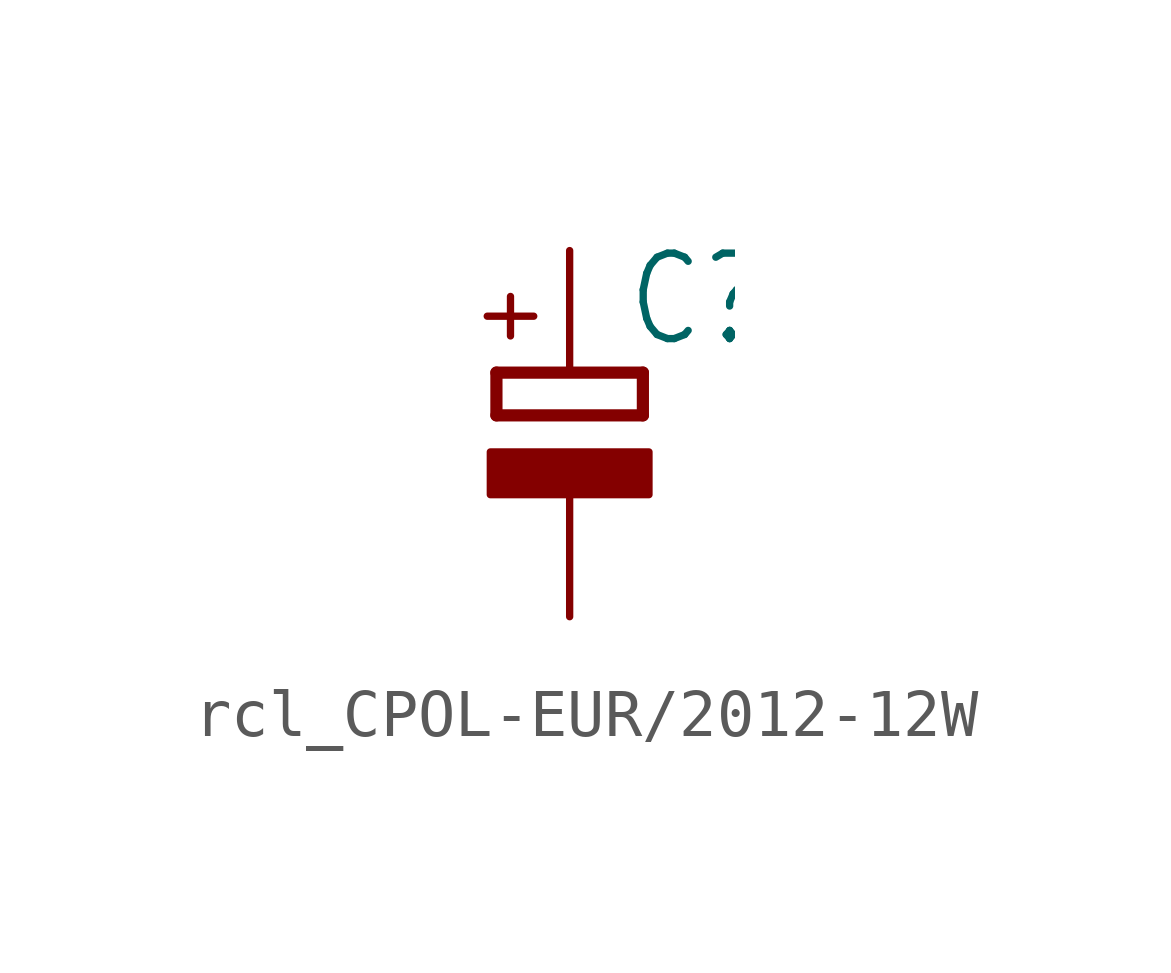
<source format=kicad_sym>
(kicad_symbol_lib
  (version 20241209)
  (generator "kicad_symbol_editor")
  (generator_version "9.0")
  (symbol "rcl_CPOL-EUR/2012-12W"
    (property "Reference" "C"
      (at 1.143 0.483 0)
      (effects (font (size 1.778 1.511)) (justify left bottom)))
    (property "Value" ""
      (at 1.143 -4.597 0)
      (effects (font (size 1.778 1.511)) (justify left bottom)))
    (property "ki_locked" ""
      (at 0 0 0)
      (effects (font (size 1.27 1.27))))
    (symbol "rcl_CPOL-EUR/2012-12W_1_0"
      (rectangle (start -1.651 -2.54) (end 1.651 -1.651) (stroke (width 0) (type default)) (fill (type outline)))
      (polyline (pts (xy -1.524 0) (xy -1.524 -0.889)) (stroke (width 0.254) (type solid)) (fill (type none)))
      (polyline (pts (xy -1.524 0) (xy 1.524 0)) (stroke (width 0.254) (type solid)) (fill (type none)))
      (polyline (pts (xy -1.524 -0.889) (xy 1.524 -0.889)) (stroke (width 0.254) (type solid)) (fill (type none)))
      (polyline (pts (xy 1.524 -0.889) (xy 1.524 0)) (stroke (width 0.254) (type solid)) (fill (type none)))
      (text "+" (at -0.584 0.406 900) (effects (font (size 1.27 1.079)) (justify left bottom)))
      (pin passive line (at 0 2.54 270) (length 2.54) (name "+" (effects (font (size 0 0)))) (number "+" (effects (font (size 0 0)))))
      (pin passive line (at 0 -5.08 90) (length 2.54) (name "-" (effects (font (size 0 0)))) (number "-" (effects (font (size 0 0))))))))
</source>
